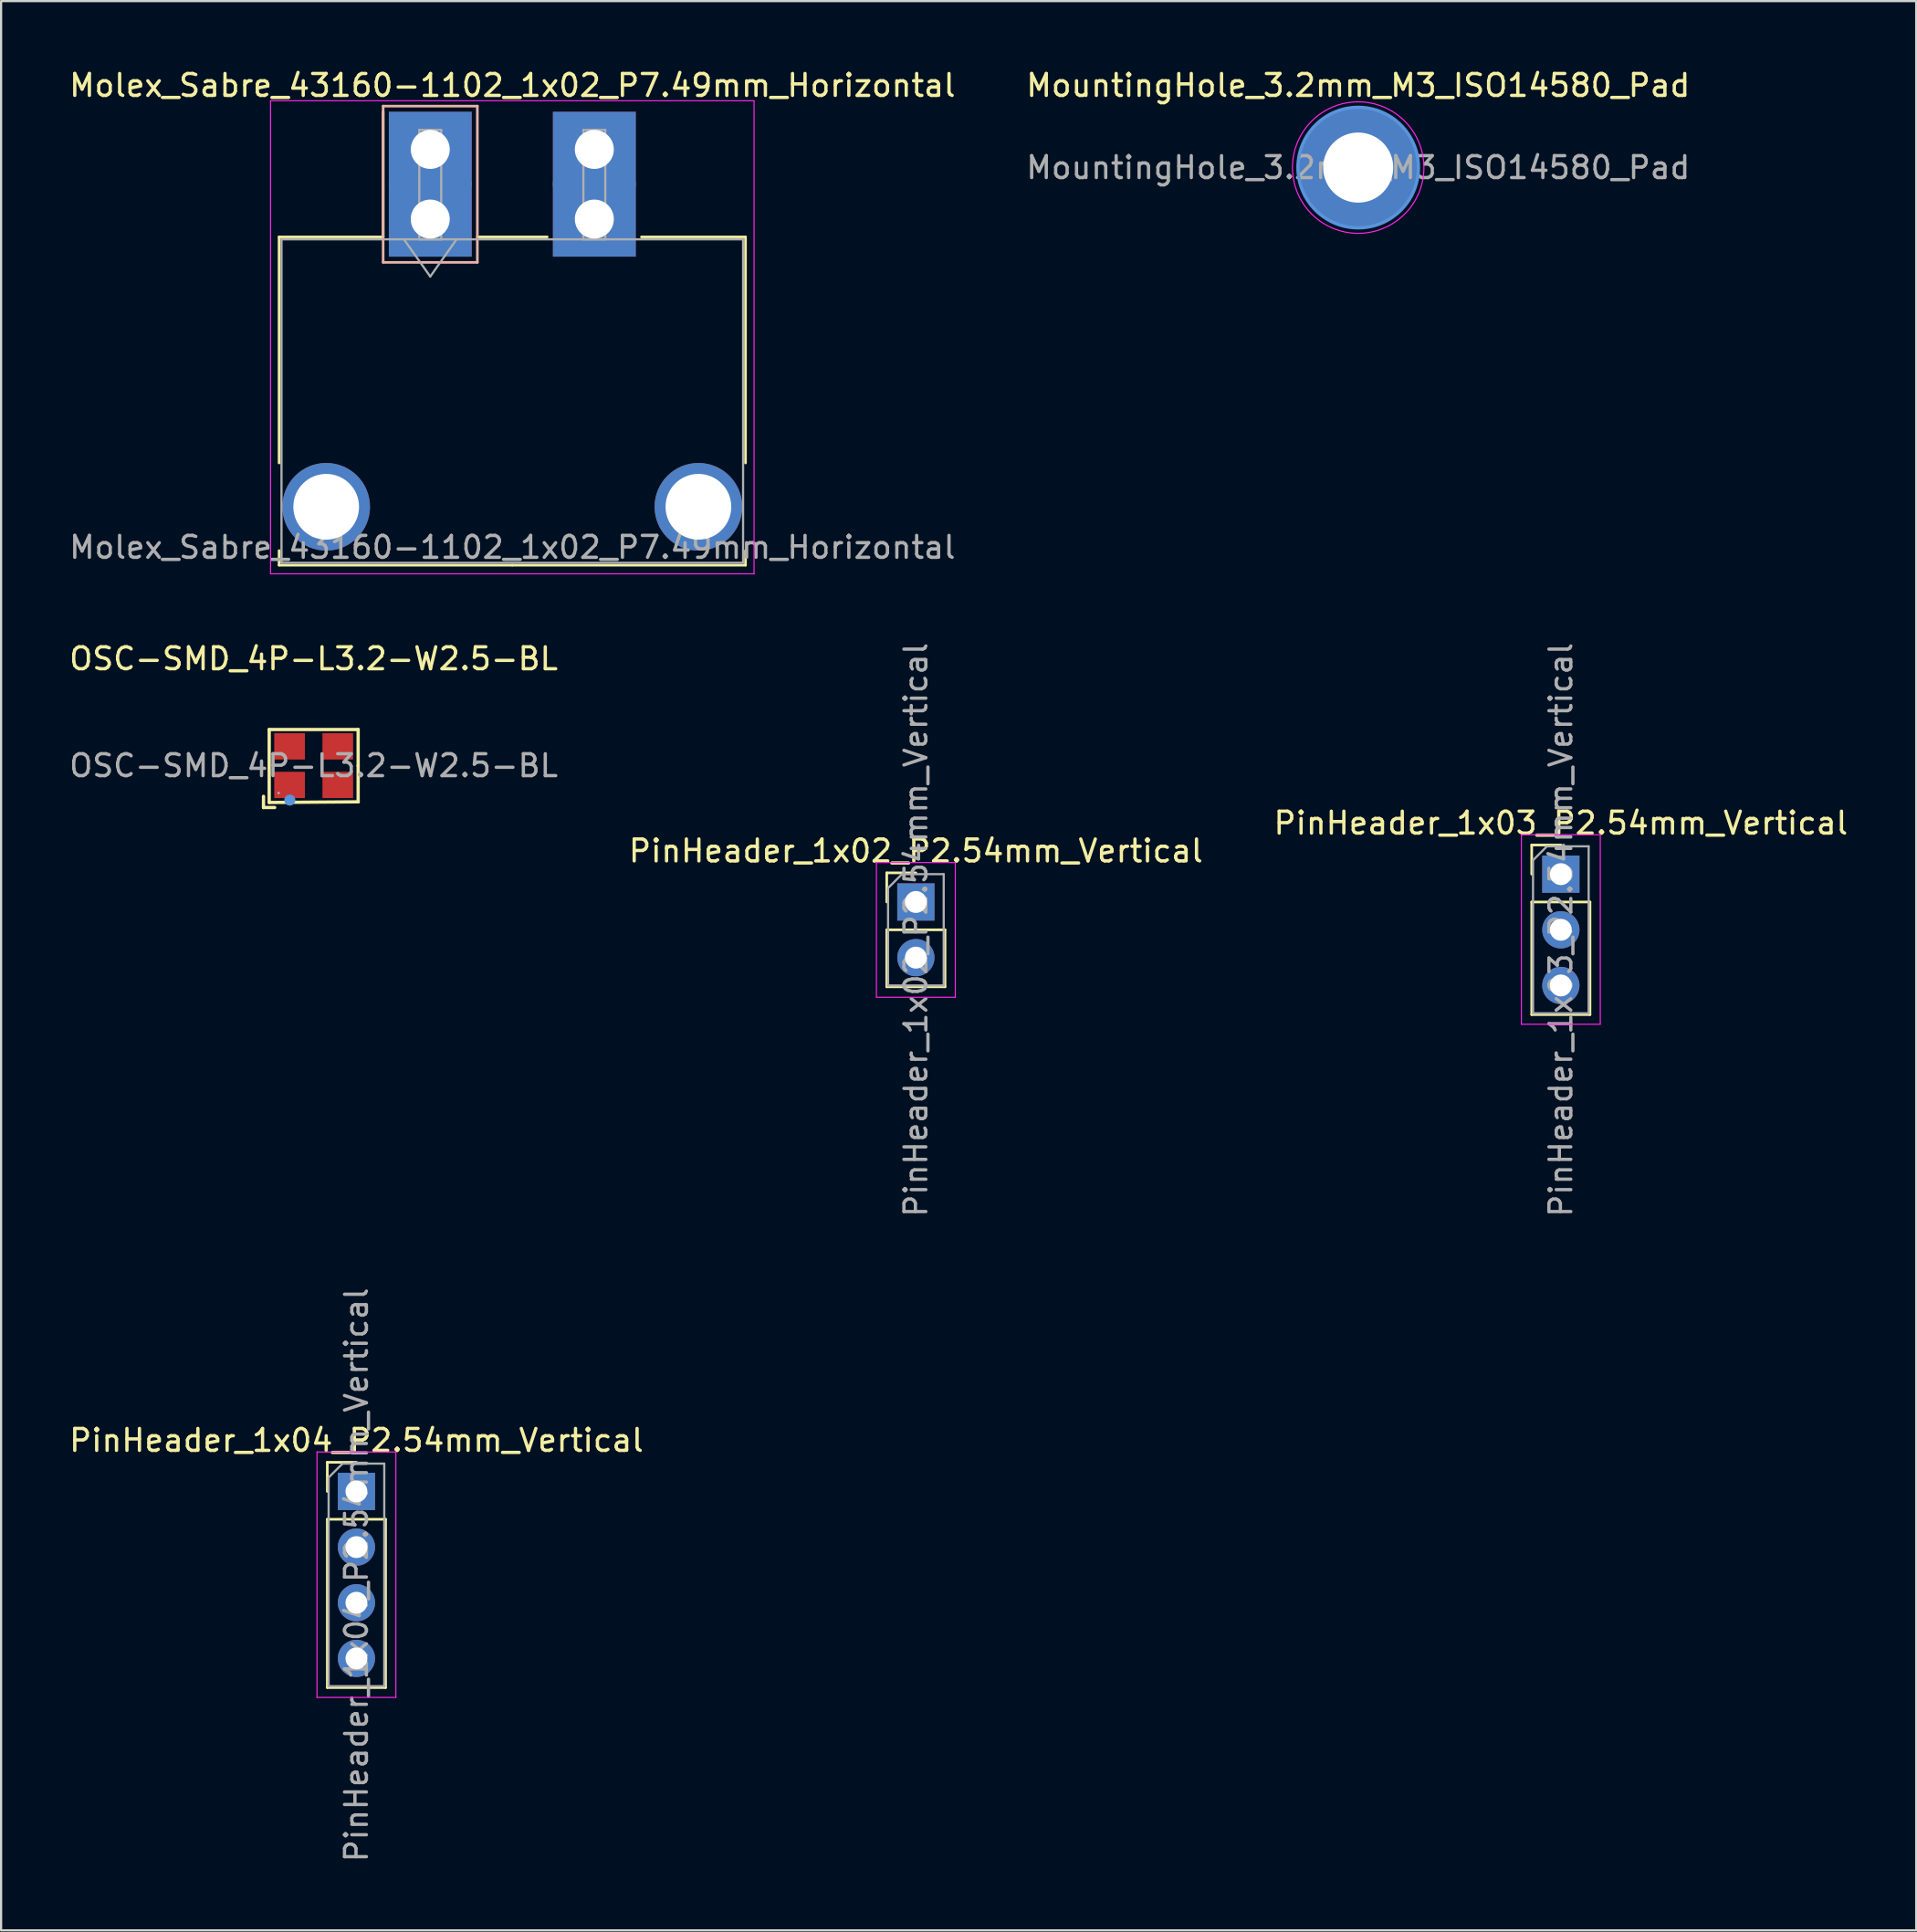
<source format=kicad_pcb>
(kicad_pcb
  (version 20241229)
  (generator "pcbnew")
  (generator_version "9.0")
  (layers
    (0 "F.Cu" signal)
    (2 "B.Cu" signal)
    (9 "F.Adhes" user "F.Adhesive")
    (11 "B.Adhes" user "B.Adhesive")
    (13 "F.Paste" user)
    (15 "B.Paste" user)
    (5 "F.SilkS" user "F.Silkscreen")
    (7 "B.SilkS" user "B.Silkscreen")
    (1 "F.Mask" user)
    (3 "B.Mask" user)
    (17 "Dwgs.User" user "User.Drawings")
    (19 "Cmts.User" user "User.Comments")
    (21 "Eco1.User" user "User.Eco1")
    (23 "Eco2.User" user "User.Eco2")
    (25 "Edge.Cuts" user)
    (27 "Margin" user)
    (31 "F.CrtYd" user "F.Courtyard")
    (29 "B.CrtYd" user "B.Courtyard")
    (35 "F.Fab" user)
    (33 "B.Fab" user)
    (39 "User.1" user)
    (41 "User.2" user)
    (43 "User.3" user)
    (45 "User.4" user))
  (footprint "PinHeader_1x02_P2.54mm_Vertical"
    (layer "F.Cu")
    (at 38.756 38.113)
    (property "Reference" "PinHeader_1x02_P2.54mm_Vertical" (at 0 -2.33 180) (layer "F.SilkS") (effects (font (size 1 1) (thickness 0.15))))
    (attr through_hole)
    (fp_line (start -1.33 -1.33) (end 0 -1.33) (stroke (width 0.12) (type solid)) (layer "F.SilkS"))
    (fp_line (start -1.33 0) (end -1.33 -1.33) (stroke (width 0.12) (type solid)) (layer "F.SilkS"))
    (fp_line (start -1.33 1.27) (end -1.33 3.87) (stroke (width 0.12) (type solid)) (layer "F.SilkS"))
    (fp_line (start -1.33 1.27) (end 1.33 1.27) (stroke (width 0.12) (type solid)) (layer "F.SilkS"))
    (fp_line (start -1.33 3.87) (end 1.33 3.87) (stroke (width 0.12) (type solid)) (layer "F.SilkS"))
    (fp_line (start 1.33 1.27) (end 1.33 3.87) (stroke (width 0.12) (type solid)) (layer "F.SilkS"))
    (fp_line (start -1.8 -1.8) (end -1.8 4.35) (stroke (width 0.05) (type solid)) (layer "F.CrtYd"))
    (fp_line (start -1.8 4.35) (end 1.8 4.35) (stroke (width 0.05) (type solid)) (layer "F.CrtYd"))
    (fp_line (start 1.8 -1.8) (end -1.8 -1.8) (stroke (width 0.05) (type solid)) (layer "F.CrtYd"))
    (fp_line (start 1.8 4.35) (end 1.8 -1.8) (stroke (width 0.05) (type solid)) (layer "F.CrtYd"))
    (fp_line (start -1.27 -0.635) (end -0.635 -1.27) (stroke (width 0.1) (type solid)) (layer "F.Fab"))
    (fp_line (start -1.27 3.81) (end -1.27 -0.635) (stroke (width 0.1) (type solid)) (layer "F.Fab"))
    (fp_line (start -0.635 -1.27) (end 1.27 -1.27) (stroke (width 0.1) (type solid)) (layer "F.Fab"))
    (fp_line (start 1.27 -1.27) (end 1.27 3.81) (stroke (width 0.1) (type solid)) (layer "F.Fab"))
    (fp_line (start 1.27 3.81) (end -1.27 3.81) (stroke (width 0.1) (type solid)) (layer "F.Fab"))
    (fp_text user "${REFERENCE}" (at 0 1.27 270) (layer "F.Fab") (effects (font (size 1 1) (thickness 0.15))))
    (pad "1" thru_hole rect (at 0 0) (size 1.7 1.7) (drill 1) (layers "*.Cu" "*.Mask"))
    (pad "2" thru_hole oval (at 0 2.54) (size 1.7 1.7) (drill 1) (layers "*.Cu" "*.Mask")))
  (footprint "OSC-SMD_4P-L3.2-W2.5-BL"
    (placed yes)
    (layer "F.Cu")
    (at 11.268 31.892)
    (property "Reference" "OSC-SMD_4P-L3.2-W2.5-BL" (at 0 -4.88 180) (layer "F.SilkS") (effects (font (size 1 1) (thickness 0.15))))
    (attr smd)
    (fp_line (start -2.29 1.4) (end -2.29 1.91) (stroke (width 0.15) (type solid)) (layer "F.SilkS"))
    (fp_line (start -2.29 1.91) (end -1.78 1.91) (stroke (width 0.15) (type solid)) (layer "F.SilkS"))
    (fp_line (start -2.03 1.68) (end -2.03 -1.65) (stroke (width 0.15) (type solid)) (layer "F.SilkS"))
    (fp_line (start -2.03 -1.65) (end 2.03 -1.65) (stroke (width 0.15) (type solid)) (layer "F.SilkS"))
    (fp_line (start 2.03 -1.65) (end 2.03 0) (stroke (width 0.15) (type solid)) (layer "F.SilkS"))
    (fp_line (start 2.03 0) (end 2.03 1.65) (stroke (width 0.15) (type solid)) (layer "F.SilkS"))
    (fp_line (start 2.03 1.65) (end -2.03 1.68) (stroke (width 0.15) (type solid)) (layer "F.SilkS"))
    (fp_line (start 2.03 1.65) (end 2.03 1.65) (stroke (width 0.15) (type solid)) (layer "F.SilkS"))
    (fp_circle (center -1.09 1.57) (end -0.96 1.57) (stroke (width 0.25) (type solid)) (fill no) (layer "Cmts.User"))
    (fp_circle (center -1.6 1.25) (end -1.57 1.25) (stroke (width 0.06) (type solid)) (fill no) (layer "F.Fab"))
    (fp_text user "${REFERENCE}" (at 0 0 180) (layer "F.Fab") (effects (font (size 1 1) (thickness 0.15))))
    (pad "1" smd rect (at -1.1 0.88) (size 1.4 1.2) (layers "F.Cu" "F.Mask" "F.Paste"))
    (pad "2" smd rect (at 1.1 0.88) (size 1.4 1.2) (layers "F.Cu" "F.Mask" "F.Paste"))
    (pad "3" smd rect (at 1.1 -0.88) (size 1.4 1.2) (layers "F.Cu" "F.Mask" "F.Paste"))
    (pad "4" smd rect (at -1.1 -0.88) (size 1.4 1.2) (layers "F.Cu" "F.Mask" "F.Paste")))
  (footprint "Molex_Sabre_43160-1102_1x02_P7.49mm_Horizontal"
    (layer "F.Cu")
    (at 16.589 6.948)
    (property "Reference" "Molex_Sabre_43160-1102_1x02_P7.49mm_Horizontal" (at 3.75 -6.1 0) (layer "F.SilkS") (effects (font (size 1 1) (thickness 0.15))))
    (attr through_hole)
    (fp_line (start -6.9 0.815) (end -6.9 11.13) (stroke (width 0.12) (type solid)) (layer "F.SilkS"))
    (fp_line (start -6.9 15.13) (end -6.9 15.795) (stroke (width 0.12) (type solid)) (layer "F.SilkS"))
    (fp_line (start -6.9 15.795) (end 3.745 15.795) (stroke (width 0.12) (type solid)) (layer "F.SilkS"))
    (fp_line (start -2.15 0.815) (end -6.9 0.815) (stroke (width 0.12) (type solid)) (layer "F.SilkS"))
    (fp_line (start -2.15 0.815) (end -2.15 -4.895) (stroke (width 0.12) (type solid)) (layer "F.SilkS"))
    (fp_line (start 2.15 0.815) (end 5.34 0.815) (stroke (width 0.12) (type solid)) (layer "F.SilkS"))
    (fp_line (start 9.64 0.815) (end 14.39 0.815) (stroke (width 0.12) (type solid)) (layer "F.SilkS"))
    (fp_line (start 14.39 0.815) (end 14.39 11.13) (stroke (width 0.12) (type solid)) (layer "F.SilkS"))
    (fp_line (start 14.39 15.13) (end 14.39 15.795) (stroke (width 0.12) (type solid)) (layer "F.SilkS"))
    (fp_line (start 14.39 15.795) (end 3.745 15.795) (stroke (width 0.12) (type solid)) (layer "F.SilkS"))
    (fp_line (start -2.15 -5.155) (end -2.15 1.975) (stroke (width 0.12) (type solid)) (layer "B.SilkS"))
    (fp_line (start -2.15 1.975) (end 2.15 1.975) (stroke (width 0.12) (type solid)) (layer "B.SilkS"))
    (fp_line (start 2.15 -5.155) (end -2.15 -5.155) (stroke (width 0.12) (type solid)) (layer "B.SilkS"))
    (fp_line (start 2.15 1.975) (end 2.15 -5.155) (stroke (width 0.12) (type solid)) (layer "B.SilkS"))
    (fp_line (start -7.29 -5.4) (end -7.29 16.19) (stroke (width 0.05) (type solid)) (layer "F.CrtYd"))
    (fp_line (start -7.29 16.19) (end 14.78 16.19) (stroke (width 0.05) (type solid)) (layer "F.CrtYd"))
    (fp_line (start 14.78 -5.4) (end -7.29 -5.4) (stroke (width 0.05) (type solid)) (layer "F.CrtYd"))
    (fp_line (start 14.78 16.19) (end 14.78 -5.4) (stroke (width 0.05) (type solid)) (layer "F.CrtYd"))
    (fp_line (start -6.79 0.925) (end -6.79 15.685) (stroke (width 0.1) (type solid)) (layer "F.Fab"))
    (fp_line (start -6.79 15.685) (end 14.28 15.685) (stroke (width 0.1) (type solid)) (layer "F.Fab"))
    (fp_line (start -1.2 0.925) (end 0 2.622) (stroke (width 0.1) (type solid)) (layer "F.Fab"))
    (fp_line (start -0.5 -4.07) (end 0.5 -4.07) (stroke (width 0.1) (type solid)) (layer "F.Fab"))
    (fp_line (start -0.5 0.925) (end -0.5 -4.07) (stroke (width 0.1) (type solid)) (layer "F.Fab"))
    (fp_line (start 0 2.622) (end 1.2 0.925) (stroke (width 0.1) (type solid)) (layer "F.Fab"))
    (fp_line (start 0.5 -4.07) (end 0.5 0.925) (stroke (width 0.1) (type solid)) (layer "F.Fab"))
    (fp_line (start 0.5 0.925) (end -0.5 0.925) (stroke (width 0.1) (type solid)) (layer "F.Fab"))
    (fp_line (start 6.99 -4.07) (end 7.99 -4.07) (stroke (width 0.1) (type solid)) (layer "F.Fab"))
    (fp_line (start 6.99 0.925) (end 6.99 -4.07) (stroke (width 0.1) (type solid)) (layer "F.Fab"))
    (fp_line (start 7.99 -4.07) (end 7.99 0.925) (stroke (width 0.1) (type solid)) (layer "F.Fab"))
    (fp_line (start 7.99 0.925) (end 6.99 0.925) (stroke (width 0.1) (type solid)) (layer "F.Fab"))
    (fp_line (start 14.28 0.925) (end -6.79 0.925) (stroke (width 0.1) (type solid)) (layer "F.Fab"))
    (fp_line (start 14.28 15.685) (end 14.28 0.925) (stroke (width 0.1) (type solid)) (layer "F.Fab"))
    (fp_text user "${REFERENCE}" (at 3.75 14.98 0) (layer "F.Fab") (effects (font (size 1 1) (thickness 0.15))))
    (pad "" thru_hole circle (at -4.75 13.13 180) (size 4 4) (drill 3) (layers "*.Cu" "*.Mask"))
    (pad "" thru_hole circle (at 12.24 13.13 180) (size 4 4) (drill 3) (layers "*.Cu" "*.Mask"))
    (pad "1" thru_hole rect (at 0 -3.18 180) (size 3.78 3.43) (drill 1.78) (layers "*.Cu" "*.Mask"))
    (pad "1" thru_hole rect (at 0 0 180) (size 3.78 3.43) (drill 1.78) (layers "*.Cu" "*.Mask"))
    (pad "2" thru_hole rect (at 7.49 -3.18 180) (size 3.78 3.43) (drill 1.78) (layers "*.Cu" "*.Mask"))
    (pad "2" thru_hole rect (at 7.49 0 180) (size 3.78 3.43) (drill 1.78) (layers "*.Cu" "*.Mask")))
  (footprint "PinHeader_1x04_P2.54mm_Vertical"
    (layer "F.Cu")
    (at 13.22 65.014)
    (property "Reference" "PinHeader_1x04_P2.54mm_Vertical" (at 0 -2.33 180) (layer "F.SilkS") (effects (font (size 1 1) (thickness 0.15))))
    (attr through_hole)
    (fp_line (start -1.33 -1.33) (end 0 -1.33) (stroke (width 0.12) (type solid)) (layer "F.SilkS"))
    (fp_line (start -1.33 0) (end -1.33 -1.33) (stroke (width 0.12) (type solid)) (layer "F.SilkS"))
    (fp_line (start -1.33 1.27) (end -1.33 8.95) (stroke (width 0.12) (type solid)) (layer "F.SilkS"))
    (fp_line (start -1.33 1.27) (end 1.33 1.27) (stroke (width 0.12) (type solid)) (layer "F.SilkS"))
    (fp_line (start -1.33 8.95) (end 1.33 8.95) (stroke (width 0.12) (type solid)) (layer "F.SilkS"))
    (fp_line (start 1.33 1.27) (end 1.33 8.95) (stroke (width 0.12) (type solid)) (layer "F.SilkS"))
    (fp_line (start -1.8 -1.8) (end -1.8 9.4) (stroke (width 0.05) (type solid)) (layer "F.CrtYd"))
    (fp_line (start -1.8 9.4) (end 1.8 9.4) (stroke (width 0.05) (type solid)) (layer "F.CrtYd"))
    (fp_line (start 1.8 -1.8) (end -1.8 -1.8) (stroke (width 0.05) (type solid)) (layer "F.CrtYd"))
    (fp_line (start 1.8 9.4) (end 1.8 -1.8) (stroke (width 0.05) (type solid)) (layer "F.CrtYd"))
    (fp_line (start -1.27 -0.635) (end -0.635 -1.27) (stroke (width 0.1) (type solid)) (layer "F.Fab"))
    (fp_line (start -1.27 8.89) (end -1.27 -0.635) (stroke (width 0.1) (type solid)) (layer "F.Fab"))
    (fp_line (start -0.635 -1.27) (end 1.27 -1.27) (stroke (width 0.1) (type solid)) (layer "F.Fab"))
    (fp_line (start 1.27 -1.27) (end 1.27 8.89) (stroke (width 0.1) (type solid)) (layer "F.Fab"))
    (fp_line (start 1.27 8.89) (end -1.27 8.89) (stroke (width 0.1) (type solid)) (layer "F.Fab"))
    (fp_text user "${REFERENCE}" (at 0 3.81 90) (layer "F.Fab") (effects (font (size 1 1) (thickness 0.15))))
    (pad "1" thru_hole rect (at 0 0) (size 1.7 1.7) (drill 1) (layers "*.Cu" "*.Mask"))
    (pad "2" thru_hole oval (at 0 2.54) (size 1.7 1.7) (drill 1) (layers "*.Cu" "*.Mask"))
    (pad "3" thru_hole oval (at 0 5.08) (size 1.7 1.7) (drill 1) (layers "*.Cu" "*.Mask"))
    (pad "4" thru_hole oval (at 0 7.62) (size 1.7 1.7) (drill 1) (layers "*.Cu" "*.Mask")))
  (footprint "MountingHole_3.2mm_M3_ISO14580_Pad"
    (layer "F.Cu")
    (at 58.946 4.598)
    (property "Reference" "MountingHole_3.2mm_M3_ISO14580_Pad" (at 0 -3.75 0) (layer "F.SilkS") (effects (font (size 1 1) (thickness 0.15))))
    (attr exclude_from_pos_files)
    (fp_circle (center 0 0) (end 2.75 0) (stroke (width 0.15) (type solid)) (fill no) (layer "Cmts.User"))
    (fp_circle (center 0 0) (end 3 0) (stroke (width 0.05) (type solid)) (fill no) (layer "F.CrtYd"))
    (fp_text user "${REFERENCE}" (at 0 0 0) (layer "F.Fab") (effects (font (size 1 1) (thickness 0.15))))
    (pad "1" thru_hole circle (at 0 0) (size 5.5 5.5) (drill 3.2) (layers "*.Cu" "*.Mask")))
  (footprint "PinHeader_1x03_P2.54mm_Vertical"
    (layer "F.Cu")
    (at 68.196 36.843)
    (property "Reference" "PinHeader_1x03_P2.54mm_Vertical" (at 0 -2.33 180) (layer "F.SilkS") (effects (font (size 1 1) (thickness 0.15))))
    (attr through_hole)
    (fp_line (start -1.33 -1.33) (end 0 -1.33) (stroke (width 0.12) (type solid)) (layer "F.SilkS"))
    (fp_line (start -1.33 0) (end -1.33 -1.33) (stroke (width 0.12) (type solid)) (layer "F.SilkS"))
    (fp_line (start -1.33 1.27) (end -1.33 6.41) (stroke (width 0.12) (type solid)) (layer "F.SilkS"))
    (fp_line (start -1.33 1.27) (end 1.33 1.27) (stroke (width 0.12) (type solid)) (layer "F.SilkS"))
    (fp_line (start -1.33 6.41) (end 1.33 6.41) (stroke (width 0.12) (type solid)) (layer "F.SilkS"))
    (fp_line (start 1.33 1.27) (end 1.33 6.41) (stroke (width 0.12) (type solid)) (layer "F.SilkS"))
    (fp_line (start -1.8 -1.8) (end -1.8 6.85) (stroke (width 0.05) (type solid)) (layer "F.CrtYd"))
    (fp_line (start -1.8 6.85) (end 1.8 6.85) (stroke (width 0.05) (type solid)) (layer "F.CrtYd"))
    (fp_line (start 1.8 -1.8) (end -1.8 -1.8) (stroke (width 0.05) (type solid)) (layer "F.CrtYd"))
    (fp_line (start 1.8 6.85) (end 1.8 -1.8) (stroke (width 0.05) (type solid)) (layer "F.CrtYd"))
    (fp_line (start -1.27 -0.635) (end -0.635 -1.27) (stroke (width 0.1) (type solid)) (layer "F.Fab"))
    (fp_line (start -1.27 6.35) (end -1.27 -0.635) (stroke (width 0.1) (type solid)) (layer "F.Fab"))
    (fp_line (start -0.635 -1.27) (end 1.27 -1.27) (stroke (width 0.1) (type solid)) (layer "F.Fab"))
    (fp_line (start 1.27 -1.27) (end 1.27 6.35) (stroke (width 0.1) (type solid)) (layer "F.Fab"))
    (fp_line (start 1.27 6.35) (end -1.27 6.35) (stroke (width 0.1) (type solid)) (layer "F.Fab"))
    (fp_text user "${REFERENCE}" (at 0 2.54 90) (layer "F.Fab") (effects (font (size 1 1) (thickness 0.15))))
    (pad "1" thru_hole rect (at 0 0) (size 1.7 1.7) (drill 1) (layers "*.Cu" "*.Mask"))
    (pad "2" thru_hole oval (at 0 2.54) (size 1.7 1.7) (drill 1) (layers "*.Cu" "*.Mask"))
    (pad "3" thru_hole oval (at 0 5.08) (size 1.7 1.7) (drill 1) (layers "*.Cu" "*.Mask")))
  (gr_rect
    (start -3 -3)
    (end 84.417 85.044)
    (stroke (width 0.1) (type default))
    (fill no)
    (layer "Edge.Cuts")))
</source>
